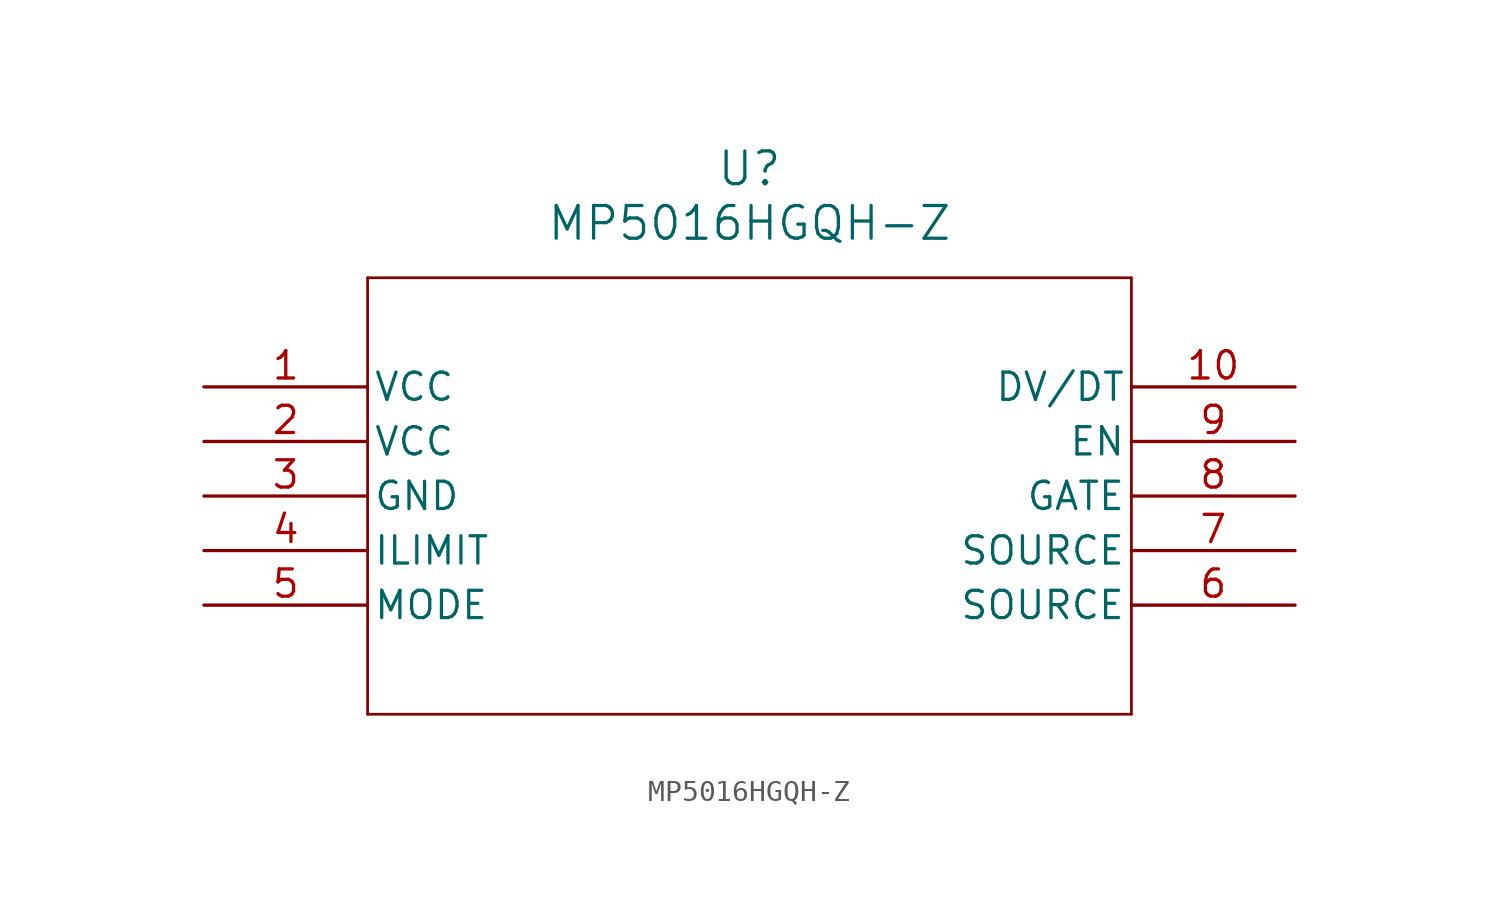
<source format=kicad_sym>
(kicad_symbol_lib
  (version 20211014)
  (generator kicad_symbol_editor)
  (symbol "MP5016HGQH-Z"
    (pin_names
      (offset 0.254))
    (property "Reference" "U"
      (at 25.4 10.16 0)
      (effects (font (size 1.524 1.524))))
    (property "Value" "MP5016HGQH-Z"
      (at 25.4 7.62 0)
      (effects (font (size 1.524 1.524))))
    (symbol "MP5016HGQH-Z_0_1"
      (polyline (pts (xy 7.62 5.08) (xy 7.62 -15.24)) (stroke (width 0.127) (type default) (color 0 0 0 0)) (fill (type none)))
      (polyline (pts (xy 7.62 -15.24) (xy 43.18 -15.24)) (stroke (width 0.127) (type default) (color 0 0 0 0)) (fill (type none)))
      (polyline (pts (xy 43.18 -15.24) (xy 43.18 5.08)) (stroke (width 0.127) (type default) (color 0 0 0 0)) (fill (type none)))
      (polyline (pts (xy 43.18 5.08) (xy 7.62 5.08)) (stroke (width 0.127) (type default) (color 0 0 0 0)) (fill (type none)))
      (pin power_in line (at 0 0 0) (length 7.62) (name "VCC" (effects (font (size 1.27 1.27)))) (number "1" (effects (font (size 1.27 1.27)))))
      (pin power_in line (at 0 -2.54 0) (length 7.62) (name "VCC" (effects (font (size 1.27 1.27)))) (number "2" (effects (font (size 1.27 1.27)))))
      (pin power_in line (at 0 -5.08 0) (length 7.62) (name "GND" (effects (font (size 1.27 1.27)))) (number "3" (effects (font (size 1.27 1.27)))))
      (pin unspecified line (at 0 -7.62 0) (length 7.62) (name "ILIMIT" (effects (font (size 1.27 1.27)))) (number "4" (effects (font (size 1.27 1.27)))))
      (pin unspecified line (at 0 -10.16 0) (length 7.62) (name "MODE" (effects (font (size 1.27 1.27)))) (number "5" (effects (font (size 1.27 1.27)))))
      (pin output line (at 50.8 -10.16 180) (length 7.62) (name "SOURCE" (effects (font (size 1.27 1.27)))) (number "6" (effects (font (size 1.27 1.27)))))
      (pin output line (at 50.8 -7.62 180) (length 7.62) (name "SOURCE" (effects (font (size 1.27 1.27)))) (number "7" (effects (font (size 1.27 1.27)))))
      (pin unspecified line (at 50.8 -5.08 180) (length 7.62) (name "GATE" (effects (font (size 1.27 1.27)))) (number "8" (effects (font (size 1.27 1.27)))))
      (pin unspecified line (at 50.8 -2.54 180) (length 7.62) (name "EN" (effects (font (size 1.27 1.27)))) (number "9" (effects (font (size 1.27 1.27)))))
      (pin unspecified line (at 50.8 0 180) (length 7.62) (name "DV/DT" (effects (font (size 1.27 1.27)))) (number "10" (effects (font (size 1.27 1.27))))))))
</source>
